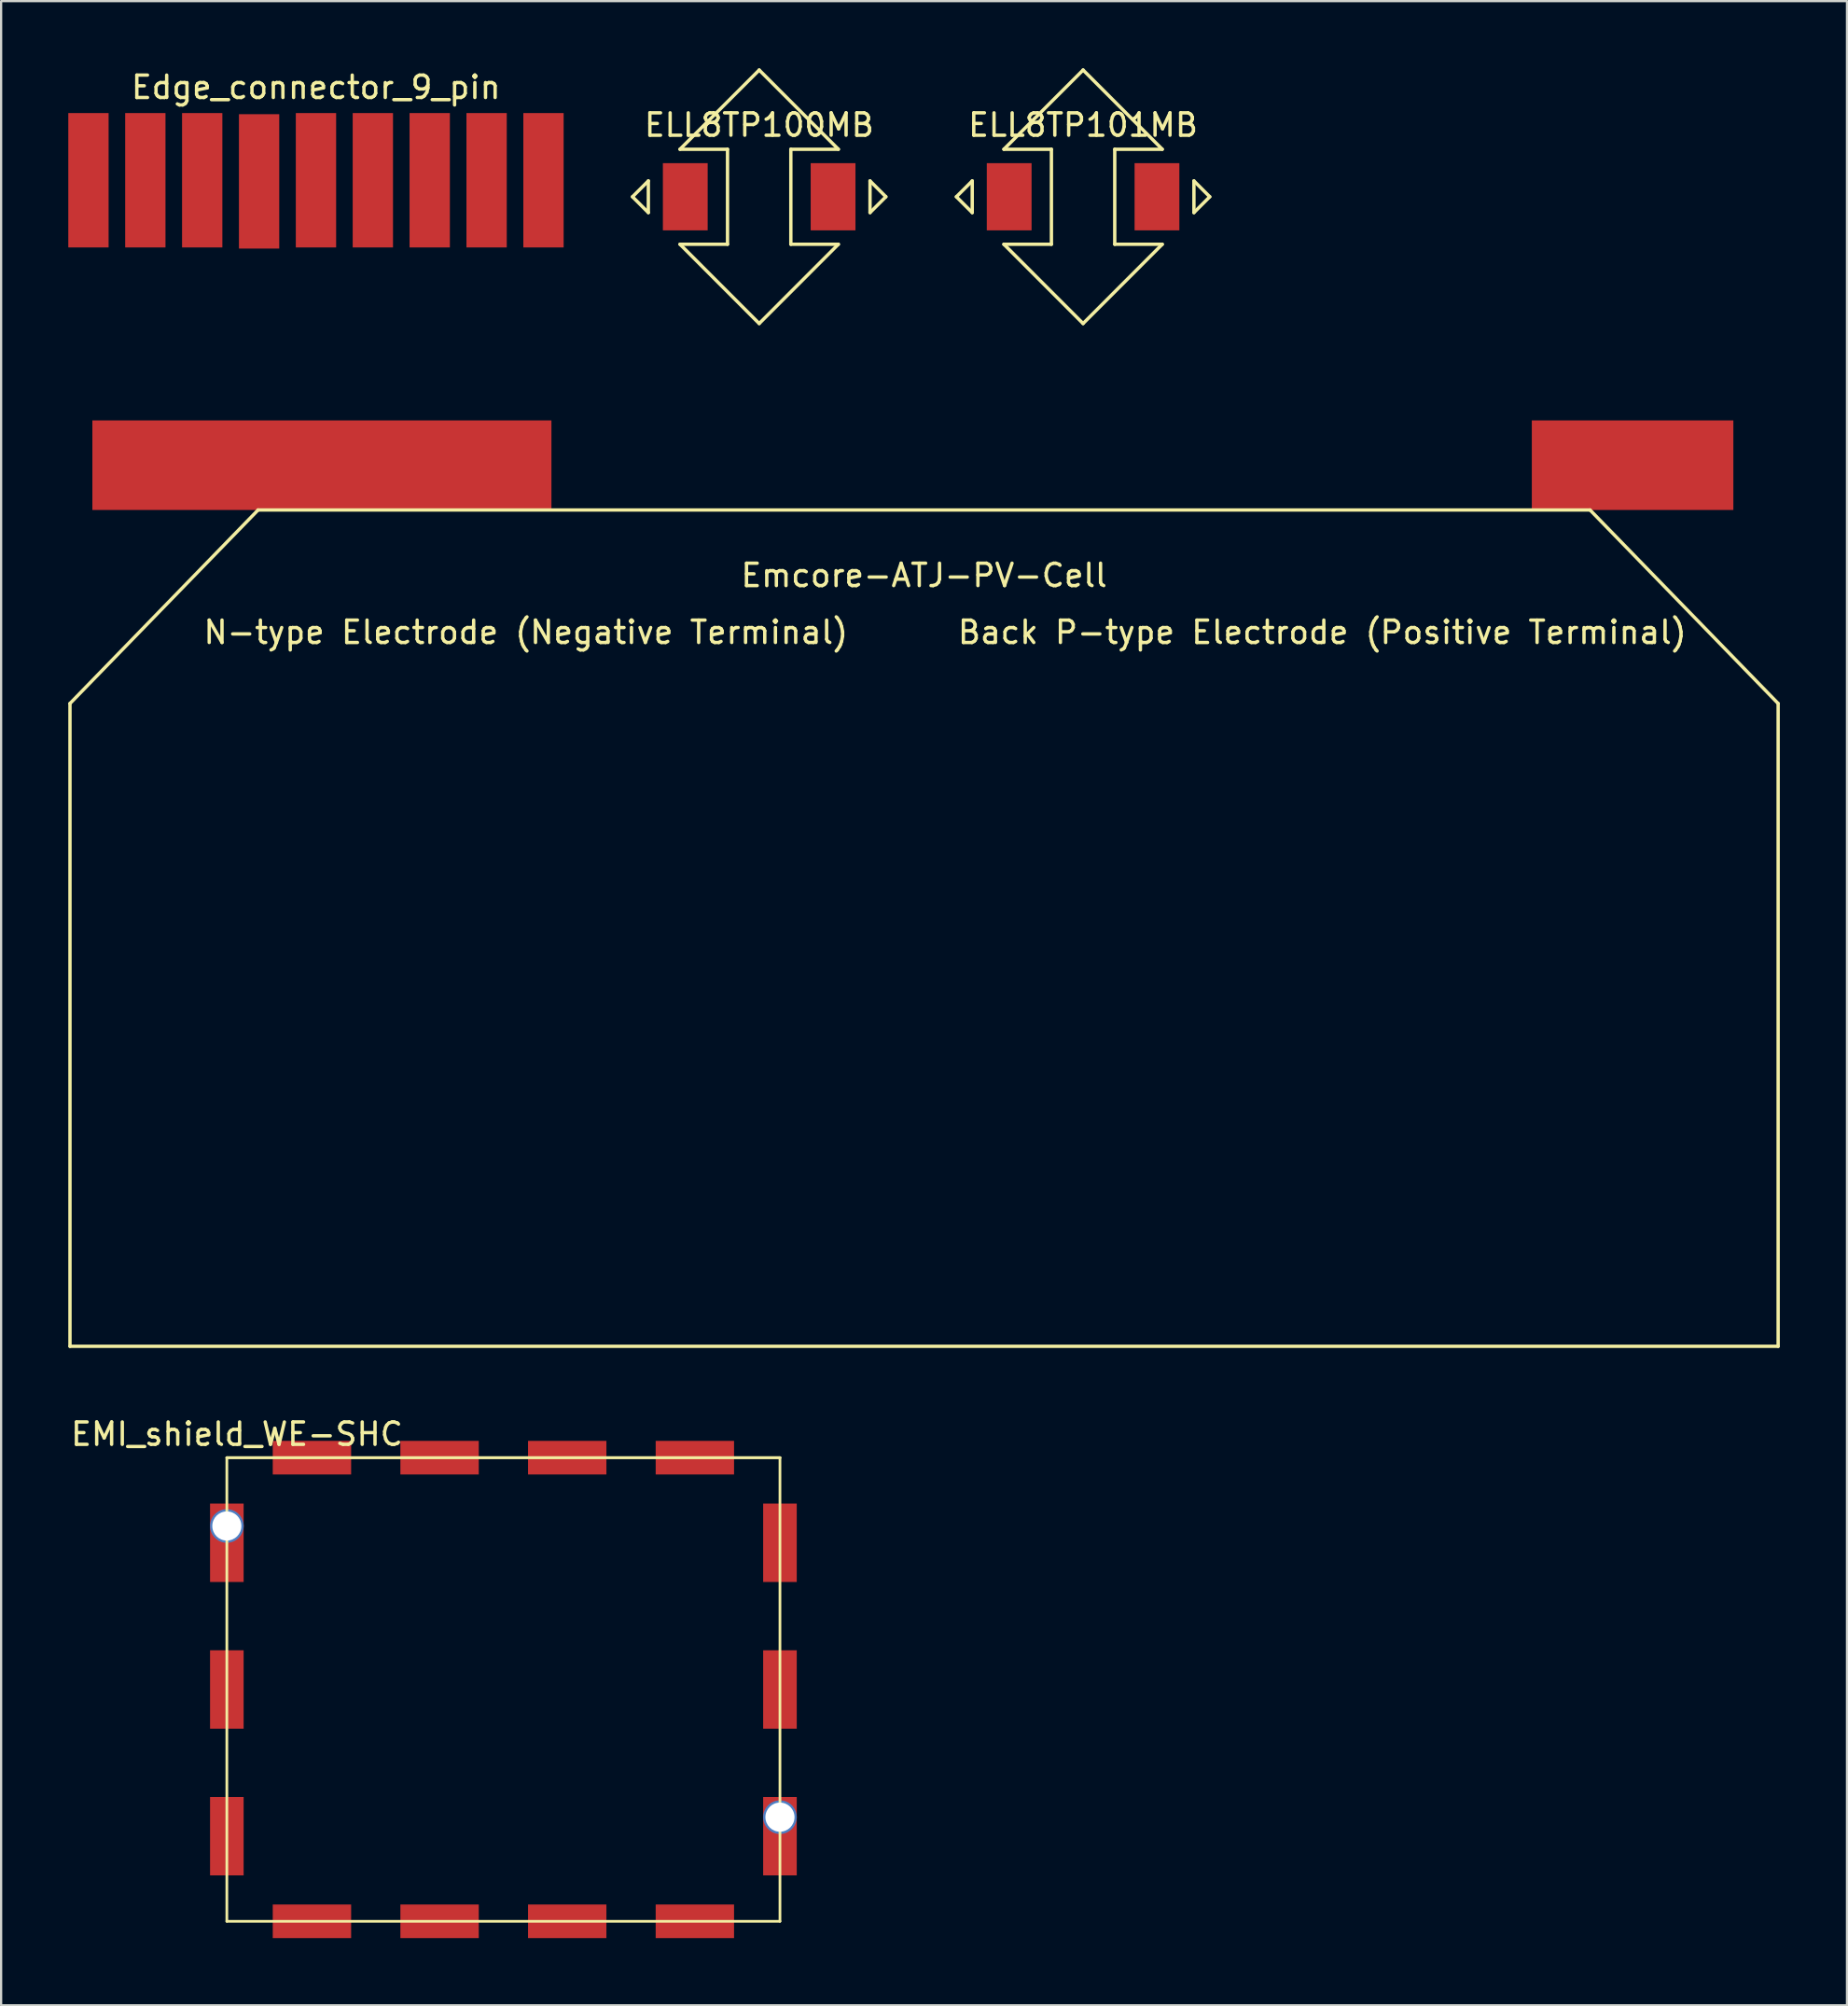
<source format=kicad_pcb>
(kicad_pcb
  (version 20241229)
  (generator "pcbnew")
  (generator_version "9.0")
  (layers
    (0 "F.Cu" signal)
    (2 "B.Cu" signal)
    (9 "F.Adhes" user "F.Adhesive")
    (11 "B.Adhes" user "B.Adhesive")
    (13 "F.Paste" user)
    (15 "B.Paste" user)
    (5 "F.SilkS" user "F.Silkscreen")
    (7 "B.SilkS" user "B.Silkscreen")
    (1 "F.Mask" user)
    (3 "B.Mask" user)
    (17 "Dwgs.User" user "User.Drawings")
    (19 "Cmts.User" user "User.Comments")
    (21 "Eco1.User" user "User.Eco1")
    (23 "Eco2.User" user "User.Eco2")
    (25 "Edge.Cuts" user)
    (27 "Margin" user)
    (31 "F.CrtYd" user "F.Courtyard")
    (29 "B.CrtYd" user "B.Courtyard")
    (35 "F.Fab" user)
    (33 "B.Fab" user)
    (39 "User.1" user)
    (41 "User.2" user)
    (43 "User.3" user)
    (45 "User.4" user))
  (footprint "ELL8TP101MB"
    (layer "F.Cu")
    (at 45.316 5.735)
    (property "Reference" "ELL8TP101MB" (at 0 -3.203 0) (layer "F.SilkS") (effects (font (size 1 1) (thickness 0.15))))
    (attr smd)
    (fp_line (start -5.657 0) (end -4.95 0.707) (stroke (width 0.15) (type solid)) (layer "F.SilkS"))
    (fp_line (start -4.95 -0.707) (end -5.657 0) (stroke (width 0.15) (type solid)) (layer "F.SilkS"))
    (fp_line (start -4.95 0.707) (end -4.95 -0.707) (stroke (width 0.15) (type solid)) (layer "F.SilkS"))
    (fp_line (start -3.536 -2.121) (end -1.414 -2.121) (stroke (width 0.15) (type solid)) (layer "F.SilkS"))
    (fp_line (start -1.414 -2.121) (end -1.414 2.121) (stroke (width 0.15) (type solid)) (layer "F.SilkS"))
    (fp_line (start -1.414 2.121) (end -3.536 2.121) (stroke (width 0.15) (type solid)) (layer "F.SilkS"))
    (fp_line (start 0 -5.66) (end 3.536 -2.121) (stroke (width 0.15) (type solid)) (layer "F.SilkS"))
    (fp_line (start 0 -5.657) (end -3.536 -2.121) (stroke (width 0.15) (type solid)) (layer "F.SilkS"))
    (fp_line (start 0 5.66) (end -3.536 2.121) (stroke (width 0.15) (type solid)) (layer "F.SilkS"))
    (fp_line (start 1.414 -2.121) (end 3.536 -2.121) (stroke (width 0.15) (type solid)) (layer "F.SilkS"))
    (fp_line (start 1.414 2.121) (end 1.414 -2.121) (stroke (width 0.15) (type solid)) (layer "F.SilkS"))
    (fp_line (start 3.536 2.121) (end 0 5.66) (stroke (width 0.15) (type solid)) (layer "F.SilkS"))
    (fp_line (start 3.536 2.121) (end 1.414 2.121) (stroke (width 0.15) (type solid)) (layer "F.SilkS"))
    (fp_line (start 4.95 -0.707) (end 4.95 0.707) (stroke (width 0.15) (type solid)) (layer "F.SilkS"))
    (fp_line (start 4.95 0.707) (end 5.657 0) (stroke (width 0.15) (type solid)) (layer "F.SilkS"))
    (fp_line (start 5.657 0) (end 4.95 -0.707) (stroke (width 0.15) (type solid)) (layer "F.SilkS"))
    (pad "1" smd rect (at -3.3 0) (size 2 3) (layers "F.Cu" "F.Mask" "F.Paste"))
    (pad "2" smd rect (at 3.3 0) (size 2 3) (layers "F.Cu" "F.Mask" "F.Paste")))
  (footprint "Emcore-ATJ-PV-Cell"
    (layer "F.Cu")
    (at 38.215 14.72)
    (property "Reference" "Emcore-ATJ-PV-Cell" (at 0 7.92 0) (layer "F.SilkS") (effects (font (size 1 1) (thickness 0.15))))
    (attr exclude_from_pos_files exclude_from_bom)
    (fp_line (start -38.14 13.64) (end -29.74 5) (stroke (width 0.15) (type solid)) (layer "F.SilkS"))
    (fp_line (start -38.14 42.34) (end -38.14 13.64) (stroke (width 0.15) (type solid)) (layer "F.SilkS"))
    (fp_line (start 29.74 5) (end -29.74 5) (stroke (width 0.15) (type solid)) (layer "F.SilkS"))
    (fp_line (start 38.14 13.64) (end 29.74 5) (stroke (width 0.15) (type solid)) (layer "F.SilkS"))
    (fp_line (start 38.14 42.34) (end -38.14 42.34) (stroke (width 0.15) (type solid)) (layer "F.SilkS"))
    (fp_line (start 38.14 42.34) (end 38.14 13.64) (stroke (width 0.15) (type solid)) (layer "F.SilkS"))
    (fp_text user "Back P-type Electrode (Positive Terminal)" (at 17.78 10.46 0) (layer "F.SilkS") (effects (font (size 1 1) (thickness 0.15))))
    (fp_text user "N-type Electrode (Negative Terminal)" (at -17.78 10.46 0) (layer "F.SilkS") (effects (font (size 1 1) (thickness 0.15))))
    (pad "1" smd rect (at -26.89 3) (size 20.5 4) (layers "F.Cu" "F.Mask" "F.Paste"))
    (pad "2" smd rect (at 31.64 3) (size 9 4) (layers "F.Cu" "F.Mask" "F.Paste")))
  (footprint "EMI_shield_WE-SHC"
    (layer "F.Cu")
    (at 7.08 82.733)
    (property "Reference" "EMI_shield_WE-SHC" (at 0.45 -21.75 0) (layer "F.SilkS") (effects (font (size 1 1) (thickness 0.15))))
    (attr smd)
    (fp_line (start 0 -20.7) (end 24.7 -20.7) (stroke (width 0.12) (type solid)) (layer "F.SilkS"))
    (fp_line (start 0 -20.7) (end 24.7 -20.7) (stroke (width 0.12) (type solid)) (layer "F.SilkS"))
    (fp_line (start 0 0) (end 0 -20.7) (stroke (width 0.12) (type solid)) (layer "F.SilkS"))
    (fp_line (start 0 0) (end 24.7 0) (stroke (width 0.12) (type solid)) (layer "F.SilkS"))
    (fp_line (start 24.7 0) (end 24.7 -20.7) (stroke (width 0.12) (type solid)) (layer "F.SilkS"))
    (pad "1" thru_hole circle (at 0 -17.65) (size 1.5 1.5) (drill 1.3) (layers "*.Cu" "*.Mask"))
    (pad "1" smd rect (at 0 -16.9) (size 1.5 3.5) (layers "F.Cu" "F.Mask" "F.Paste"))
    (pad "1" smd rect (at 0 -10.35) (size 1.5 3.5) (layers "F.Cu" "F.Mask" "F.Paste"))
    (pad "1" smd rect (at 0 -3.8) (size 1.5 3.5) (layers "F.Cu" "F.Mask" "F.Paste"))
    (pad "1" smd rect (at 3.8 -20.7) (size 3.5 1.5) (layers "F.Cu" "F.Mask" "F.Paste"))
    (pad "1" smd rect (at 3.8 0) (size 3.5 1.5) (layers "F.Cu" "F.Mask" "F.Paste"))
    (pad "1" smd rect (at 9.5 -20.7) (size 3.5 1.5) (layers "F.Cu" "F.Mask" "F.Paste"))
    (pad "1" smd rect (at 9.5 0) (size 3.5 1.5) (layers "F.Cu" "F.Mask" "F.Paste"))
    (pad "1" smd rect (at 15.2 -20.7) (size 3.5 1.5) (layers "F.Cu" "F.Mask" "F.Paste"))
    (pad "1" smd rect (at 15.2 0) (size 3.5 1.5) (layers "F.Cu" "F.Mask" "F.Paste"))
    (pad "1" smd rect (at 20.9 -20.7) (size 3.5 1.5) (layers "F.Cu" "F.Mask" "F.Paste"))
    (pad "1" smd rect (at 20.9 0) (size 3.5 1.5) (layers "F.Cu" "F.Mask" "F.Paste"))
    (pad "1" smd rect (at 24.7 -16.9) (size 1.5 3.5) (layers "F.Cu" "F.Mask" "F.Paste"))
    (pad "1" smd rect (at 24.7 -10.35) (size 1.5 3.5) (layers "F.Cu" "F.Mask" "F.Paste"))
    (pad "1" thru_hole circle (at 24.7 -4.65) (size 1.5 1.5) (drill 1.3) (layers "*.Cu" "*.Mask"))
    (pad "1" smd rect (at 24.7 -3.8) (size 1.5 3.5) (layers "F.Cu" "F.Mask" "F.Paste")))
  (footprint "ELL8TP100MB"
    (layer "F.Cu")
    (at 30.852 5.735)
    (property "Reference" "ELL8TP100MB" (at 0 -3.203 0) (layer "F.SilkS") (effects (font (size 1 1) (thickness 0.15))))
    (attr smd)
    (fp_line (start -5.657 0) (end -4.95 0.707) (stroke (width 0.15) (type solid)) (layer "F.SilkS"))
    (fp_line (start -4.95 -0.707) (end -5.657 0) (stroke (width 0.15) (type solid)) (layer "F.SilkS"))
    (fp_line (start -4.95 0.707) (end -4.95 -0.707) (stroke (width 0.15) (type solid)) (layer "F.SilkS"))
    (fp_line (start -3.536 -2.121) (end -1.414 -2.121) (stroke (width 0.15) (type solid)) (layer "F.SilkS"))
    (fp_line (start -1.414 -2.121) (end -1.414 2.121) (stroke (width 0.15) (type solid)) (layer "F.SilkS"))
    (fp_line (start -1.414 2.121) (end -3.536 2.121) (stroke (width 0.15) (type solid)) (layer "F.SilkS"))
    (fp_line (start 0 -5.66) (end 3.536 -2.121) (stroke (width 0.15) (type solid)) (layer "F.SilkS"))
    (fp_line (start 0 -5.657) (end -3.536 -2.121) (stroke (width 0.15) (type solid)) (layer "F.SilkS"))
    (fp_line (start 0 5.66) (end -3.536 2.121) (stroke (width 0.15) (type solid)) (layer "F.SilkS"))
    (fp_line (start 1.414 -2.121) (end 3.536 -2.121) (stroke (width 0.15) (type solid)) (layer "F.SilkS"))
    (fp_line (start 1.414 2.121) (end 1.414 -2.121) (stroke (width 0.15) (type solid)) (layer "F.SilkS"))
    (fp_line (start 3.536 2.121) (end 0 5.66) (stroke (width 0.15) (type solid)) (layer "F.SilkS"))
    (fp_line (start 3.536 2.121) (end 1.414 2.121) (stroke (width 0.15) (type solid)) (layer "F.SilkS"))
    (fp_line (start 4.95 -0.707) (end 4.95 0.707) (stroke (width 0.15) (type solid)) (layer "F.SilkS"))
    (fp_line (start 4.95 0.707) (end 5.657 0) (stroke (width 0.15) (type solid)) (layer "F.SilkS"))
    (fp_line (start 5.657 0) (end 4.95 -0.707) (stroke (width 0.15) (type solid)) (layer "F.SilkS"))
    (pad "1" smd rect (at -3.3 0) (size 2 3) (layers "F.Cu" "F.Mask" "F.Paste"))
    (pad "2" smd rect (at 3.3 0) (size 2 3) (layers "F.Cu" "F.Mask" "F.Paste")))
  (footprint "Edge_connector_9_pin"
    (layer "F.Cu")
    (at 11.06 2.498)
    (property "Reference" "Edge_connector_9_pin" (at 0 -1.65 0) (layer "F.SilkS") (effects (font (size 1 1) (thickness 0.15))))
    (attr through_hole)
    (pad "1" smd rect (at -10.16 0) (size 1.8 6) (drill (offset 0 2.5)) (layers "F.Cu" "F.Mask" "F.Paste"))
    (pad "2" smd rect (at -7.62 0) (size 1.8 6) (drill (offset 0 2.5)) (layers "F.Cu" "F.Mask" "F.Paste"))
    (pad "3" smd rect (at -5.08 0) (size 1.8 6) (drill (offset 0 2.5)) (layers "F.Cu" "F.Mask" "F.Paste"))
    (pad "4" smd rect (at -2.54 0.05) (size 1.8 6) (drill (offset 0 2.5)) (layers "F.Cu" "F.Mask" "F.Paste"))
    (pad "5" smd rect (at 0 0) (size 1.8 6) (drill (offset 0 2.5)) (layers "F.Cu" "F.Mask" "F.Paste"))
    (pad "6" smd rect (at 2.54 0) (size 1.8 6) (drill (offset 0 2.5)) (layers "F.Cu" "F.Mask" "F.Paste"))
    (pad "7" smd rect (at 5.08 0) (size 1.8 6) (drill (offset 0 2.5)) (layers "F.Cu" "F.Mask" "F.Paste"))
    (pad "8" smd rect (at 7.62 0) (size 1.8 6) (drill (offset 0 2.5)) (layers "F.Cu" "F.Mask" "F.Paste"))
    (pad "9" smd rect (at 10.16 0) (size 1.8 6) (drill (offset 0 2.5)) (layers "F.Cu" "F.Mask" "F.Paste")))
  (gr_rect
    (start -3 -3)
    (end 79.43 86.483)
    (stroke (width 0.1) (type default))
    (fill no)
    (layer "Edge.Cuts")))
</source>
